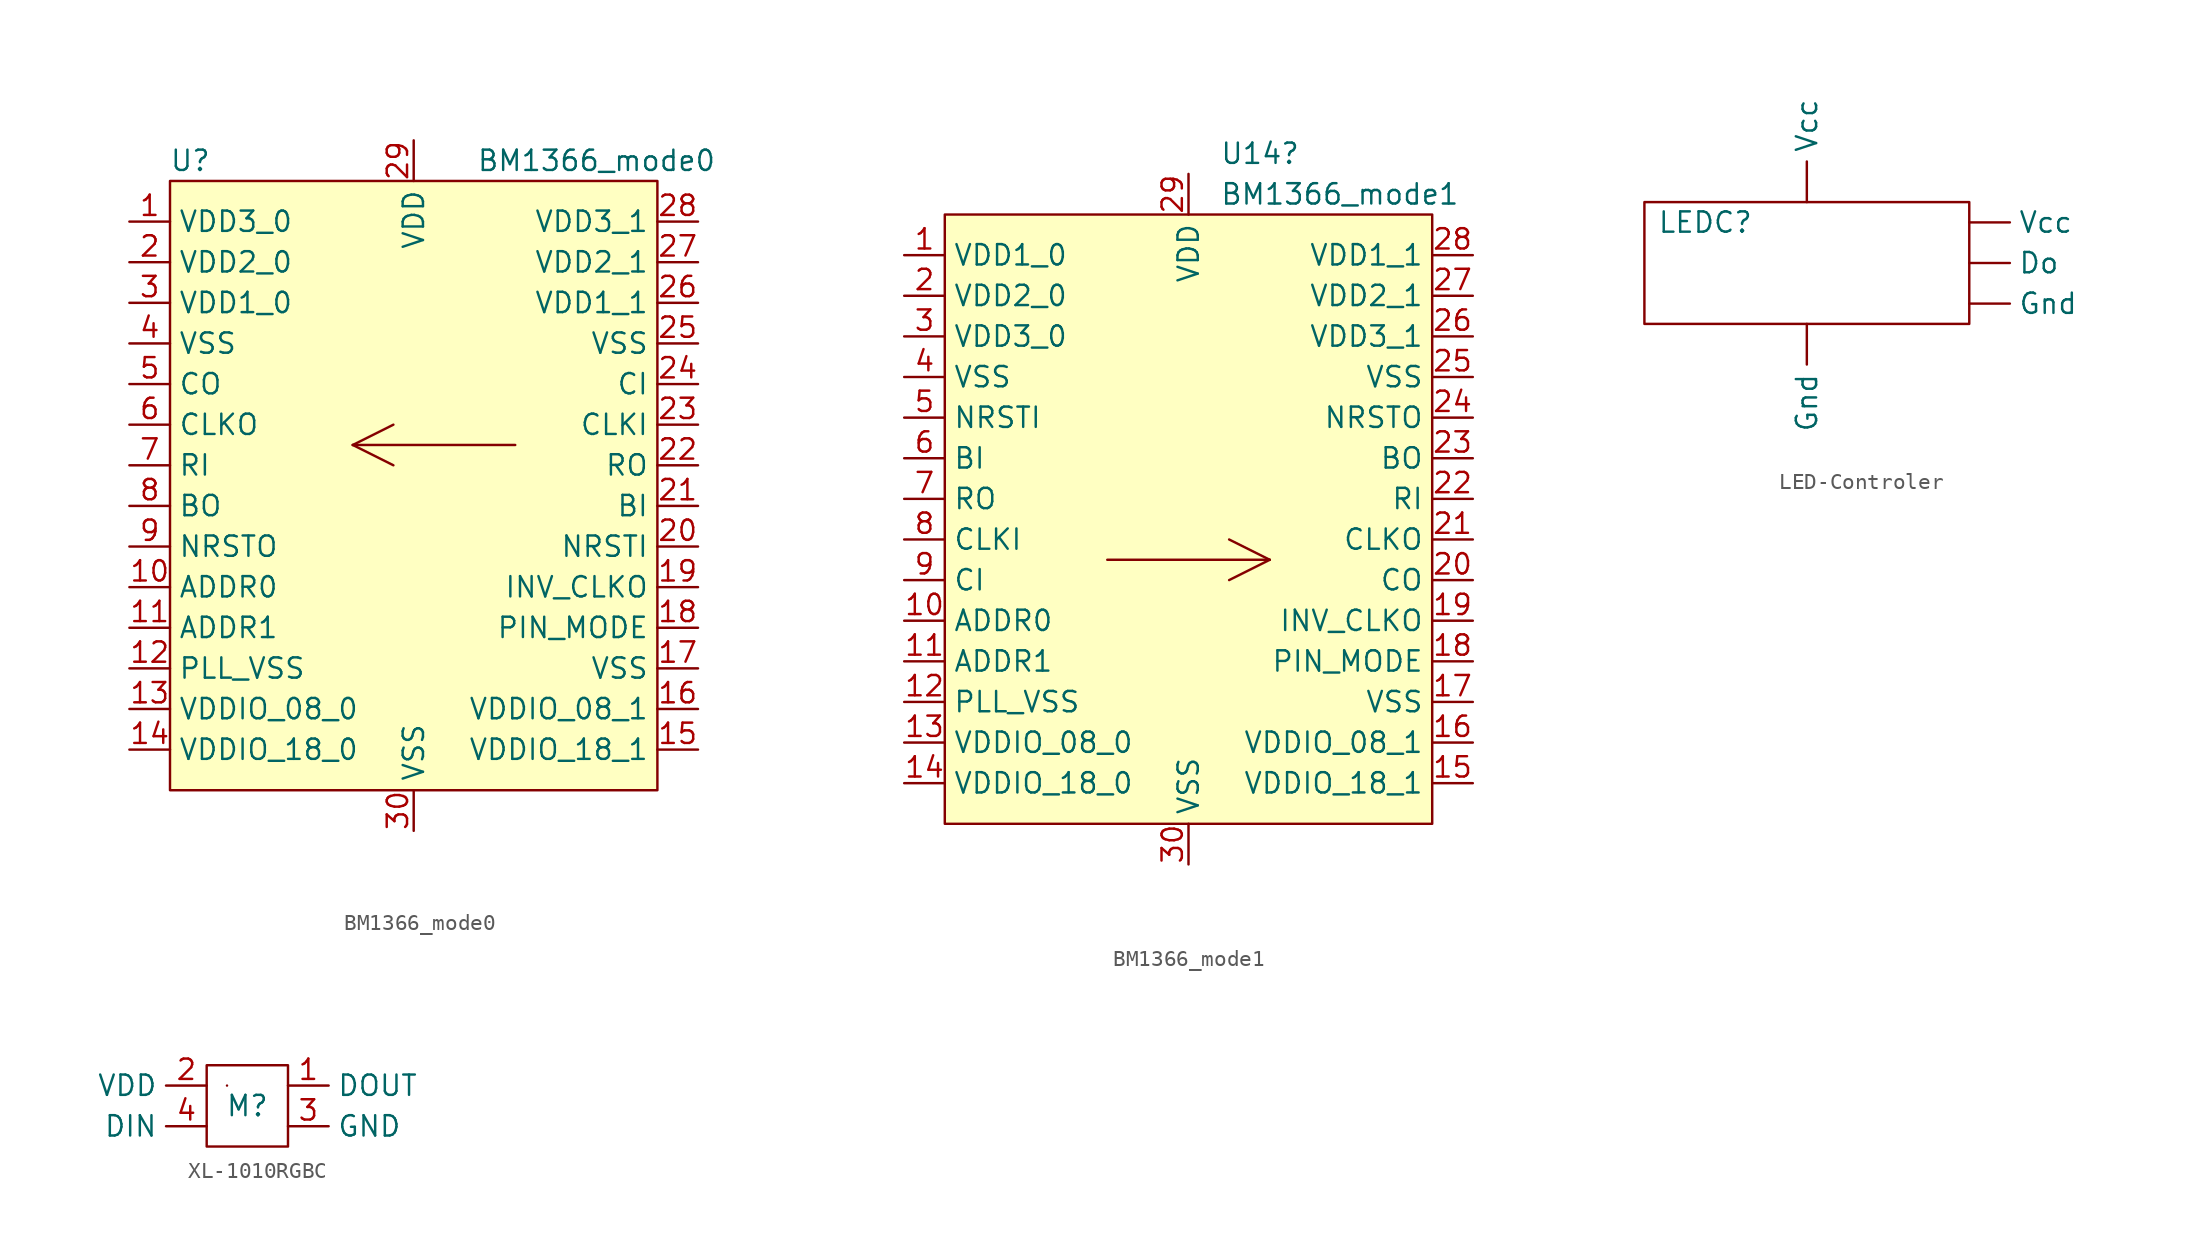
<source format=kicad_sym>
(kicad_symbol_lib
  (version 20220914)
  (generator kicad_symbol_editor)
  (symbol "BM1366_mode0"
    (property "Reference" "U"
      (at -13.97 21.59 0)
      (effects (font (size 1.27 1.27))))
    (property "Value" "BM1366_mode0"
      (at 11.43 21.59 0)
      (effects (font (size 1.27 1.27))))
    (symbol "BM1366_mode0_0_1"
      (rectangle (start -15.24 20.32) (end 15.24 -17.78) (stroke (width 0) (type default)) (fill (type background)))
      (polyline (pts (xy -3.81 3.81) (xy -1.27 2.54)) (stroke (width 0) (type default)) (fill (type none)))
      (polyline (pts (xy -3.81 3.81) (xy -1.27 5.08)) (stroke (width 0) (type default)) (fill (type none)))
      (polyline (pts (xy -3.81 3.81) (xy 6.35 3.81)) (stroke (width 0) (type default)) (fill (type none))))
    (symbol "BM1366_mode0_1_1"
      (pin power_in line (at -17.78 17.78 0) (length 2.54) (name "VDD3_0" (effects (font (size 1.27 1.27)))) (number "1" (effects (font (size 1.27 1.27)))))
      (pin input line (at -17.78 -5.08 0) (length 2.54) (name "ADDR0" (effects (font (size 1.27 1.27)))) (number "10" (effects (font (size 1.27 1.27)))))
      (pin input line (at -17.78 -7.62 0) (length 2.54) (name "ADDR1" (effects (font (size 1.27 1.27)))) (number "11" (effects (font (size 1.27 1.27)))))
      (pin power_in line (at -17.78 -10.16 0) (length 2.54) (name "PLL_VSS" (effects (font (size 1.27 1.27)))) (number "12" (effects (font (size 1.27 1.27)))))
      (pin power_in line (at -17.78 -12.7 0) (length 2.54) (name "VDDIO_08_0" (effects (font (size 1.27 1.27)))) (number "13" (effects (font (size 1.27 1.27)))))
      (pin power_in line (at -17.78 -15.24 0) (length 2.54) (name "VDDIO_18_0" (effects (font (size 1.27 1.27)))) (number "14" (effects (font (size 1.27 1.27)))))
      (pin power_in line (at 17.78 -15.24 180) (length 2.54) (name "VDDIO_18_1" (effects (font (size 1.27 1.27)))) (number "15" (effects (font (size 1.27 1.27)))))
      (pin power_in line (at 17.78 -12.7 180) (length 2.54) (name "VDDIO_08_1" (effects (font (size 1.27 1.27)))) (number "16" (effects (font (size 1.27 1.27)))))
      (pin power_in line (at 17.78 -10.16 180) (length 2.54) (name "VSS" (effects (font (size 1.27 1.27)))) (number "17" (effects (font (size 1.27 1.27)))))
      (pin input line (at 17.78 -7.62 180) (length 2.54) (name "PIN_MODE" (effects (font (size 1.27 1.27)))) (number "18" (effects (font (size 1.27 1.27)))))
      (pin output line (at 17.78 -5.08 180) (length 2.54) (name "INV_CLKO" (effects (font (size 1.27 1.27)))) (number "19" (effects (font (size 1.27 1.27)))))
      (pin power_in line (at -17.78 15.24 0) (length 2.54) (name "VDD2_0" (effects (font (size 1.27 1.27)))) (number "2" (effects (font (size 1.27 1.27)))))
      (pin input line (at 17.78 -2.54 180) (length 2.54) (name "NRSTI" (effects (font (size 1.27 1.27)))) (number "20" (effects (font (size 1.27 1.27)))))
      (pin input line (at 17.78 0 180) (length 2.54) (name "BI" (effects (font (size 1.27 1.27)))) (number "21" (effects (font (size 1.27 1.27)))))
      (pin output line (at 17.78 2.54 180) (length 2.54) (name "RO" (effects (font (size 1.27 1.27)))) (number "22" (effects (font (size 1.27 1.27)))))
      (pin input line (at 17.78 5.08 180) (length 2.54) (name "CLKI" (effects (font (size 1.27 1.27)))) (number "23" (effects (font (size 1.27 1.27)))))
      (pin input line (at 17.78 7.62 180) (length 2.54) (name "CI" (effects (font (size 1.27 1.27)))) (number "24" (effects (font (size 1.27 1.27)))))
      (pin power_in line (at 17.78 10.16 180) (length 2.54) (name "VSS" (effects (font (size 1.27 1.27)))) (number "25" (effects (font (size 1.27 1.27)))))
      (pin power_in line (at 17.78 12.7 180) (length 2.54) (name "VDD1_1" (effects (font (size 1.27 1.27)))) (number "26" (effects (font (size 1.27 1.27)))))
      (pin power_in line (at 17.78 15.24 180) (length 2.54) (name "VDD2_1" (effects (font (size 1.27 1.27)))) (number "27" (effects (font (size 1.27 1.27)))))
      (pin power_in line (at 17.78 17.78 180) (length 2.54) (name "VDD3_1" (effects (font (size 1.27 1.27)))) (number "28" (effects (font (size 1.27 1.27)))))
      (pin power_in line (at 0 22.86 270) (length 2.54) (name "VDD" (effects (font (size 1.27 1.27)))) (number "29" (effects (font (size 1.27 1.27)))))
      (pin power_in line (at -17.78 12.7 0) (length 2.54) (name "VDD1_0" (effects (font (size 1.27 1.27)))) (number "3" (effects (font (size 1.27 1.27)))))
      (pin power_in line (at 0 -20.32 90) (length 2.54) (name "VSS" (effects (font (size 1.27 1.27)))) (number "30" (effects (font (size 1.27 1.27)))))
      (pin power_in line (at -17.78 10.16 0) (length 2.54) (name "VSS" (effects (font (size 1.27 1.27)))) (number "4" (effects (font (size 1.27 1.27)))))
      (pin output line (at -17.78 7.62 0) (length 2.54) (name "CO" (effects (font (size 1.27 1.27)))) (number "5" (effects (font (size 1.27 1.27)))))
      (pin output line (at -17.78 5.08 0) (length 2.54) (name "CLKO" (effects (font (size 1.27 1.27)))) (number "6" (effects (font (size 1.27 1.27)))))
      (pin input line (at -17.78 2.54 0) (length 2.54) (name "RI" (effects (font (size 1.27 1.27)))) (number "7" (effects (font (size 1.27 1.27)))))
      (pin output line (at -17.78 0 0) (length 2.54) (name "BO" (effects (font (size 1.27 1.27)))) (number "8" (effects (font (size 1.27 1.27)))))
      (pin output line (at -17.78 -2.54 0) (length 2.54) (name "NRSTO" (effects (font (size 1.27 1.27)))) (number "9" (effects (font (size 1.27 1.27)))))))
  (symbol "BM1366_mode1"
    (property "Reference" "U14"
      (at 1.956 24.13 0)
      (effects (font (size 1.27 1.27)) (justify left)))
    (property "Value" "BM1366_mode1"
      (at 1.956 21.59 0)
      (effects (font (size 1.27 1.27)) (justify left)))
    (symbol "BM1366_mode1_0_1"
      (rectangle (start -15.24 20.32) (end 15.24 -17.78) (stroke (width 0) (type default)) (fill (type background)))
      (polyline (pts (xy 5.08 -1.27) (xy -5.08 -1.27)) (stroke (width 0) (type default)) (fill (type none)))
      (polyline (pts (xy 5.08 -1.27) (xy 2.54 -2.54)) (stroke (width 0) (type default)) (fill (type none)))
      (polyline (pts (xy 5.08 -1.27) (xy 2.54 0)) (stroke (width 0) (type default)) (fill (type none))))
    (symbol "BM1366_mode1_1_1"
      (pin power_in line (at -17.78 17.78 0) (length 2.54) (name "VDD1_0" (effects (font (size 1.27 1.27)))) (number "1" (effects (font (size 1.27 1.27)))))
      (pin input line (at -17.78 -5.08 0) (length 2.54) (name "ADDR0" (effects (font (size 1.27 1.27)))) (number "10" (effects (font (size 1.27 1.27)))))
      (pin input line (at -17.78 -7.62 0) (length 2.54) (name "ADDR1" (effects (font (size 1.27 1.27)))) (number "11" (effects (font (size 1.27 1.27)))))
      (pin power_in line (at -17.78 -10.16 0) (length 2.54) (name "PLL_VSS" (effects (font (size 1.27 1.27)))) (number "12" (effects (font (size 1.27 1.27)))))
      (pin power_in line (at -17.78 -12.7 0) (length 2.54) (name "VDDIO_08_0" (effects (font (size 1.27 1.27)))) (number "13" (effects (font (size 1.27 1.27)))))
      (pin power_in line (at -17.78 -15.24 0) (length 2.54) (name "VDDIO_18_0" (effects (font (size 1.27 1.27)))) (number "14" (effects (font (size 1.27 1.27)))))
      (pin power_in line (at 17.78 -15.24 180) (length 2.54) (name "VDDIO_18_1" (effects (font (size 1.27 1.27)))) (number "15" (effects (font (size 1.27 1.27)))))
      (pin power_in line (at 17.78 -12.7 180) (length 2.54) (name "VDDIO_08_1" (effects (font (size 1.27 1.27)))) (number "16" (effects (font (size 1.27 1.27)))))
      (pin power_in line (at 17.78 -10.16 180) (length 2.54) (name "VSS" (effects (font (size 1.27 1.27)))) (number "17" (effects (font (size 1.27 1.27)))))
      (pin input line (at 17.78 -7.62 180) (length 2.54) (name "PIN_MODE" (effects (font (size 1.27 1.27)))) (number "18" (effects (font (size 1.27 1.27)))))
      (pin output line (at 17.78 -5.08 180) (length 2.54) (name "INV_CLKO" (effects (font (size 1.27 1.27)))) (number "19" (effects (font (size 1.27 1.27)))))
      (pin power_in line (at -17.78 15.24 0) (length 2.54) (name "VDD2_0" (effects (font (size 1.27 1.27)))) (number "2" (effects (font (size 1.27 1.27)))))
      (pin output line (at 17.78 -2.54 180) (length 2.54) (name "CO" (effects (font (size 1.27 1.27)))) (number "20" (effects (font (size 1.27 1.27)))))
      (pin output line (at 17.78 0 180) (length 2.54) (name "CLKO" (effects (font (size 1.27 1.27)))) (number "21" (effects (font (size 1.27 1.27)))))
      (pin input line (at 17.78 2.54 180) (length 2.54) (name "RI" (effects (font (size 1.27 1.27)))) (number "22" (effects (font (size 1.27 1.27)))))
      (pin output line (at 17.78 5.08 180) (length 2.54) (name "BO" (effects (font (size 1.27 1.27)))) (number "23" (effects (font (size 1.27 1.27)))))
      (pin output line (at 17.78 7.62 180) (length 2.54) (name "NRSTO" (effects (font (size 1.27 1.27)))) (number "24" (effects (font (size 1.27 1.27)))))
      (pin power_in line (at 17.78 10.16 180) (length 2.54) (name "VSS" (effects (font (size 1.27 1.27)))) (number "25" (effects (font (size 1.27 1.27)))))
      (pin power_in line (at 17.78 12.7 180) (length 2.54) (name "VDD3_1" (effects (font (size 1.27 1.27)))) (number "26" (effects (font (size 1.27 1.27)))))
      (pin power_in line (at 17.78 15.24 180) (length 2.54) (name "VDD2_1" (effects (font (size 1.27 1.27)))) (number "27" (effects (font (size 1.27 1.27)))))
      (pin power_in line (at 17.78 17.78 180) (length 2.54) (name "VDD1_1" (effects (font (size 1.27 1.27)))) (number "28" (effects (font (size 1.27 1.27)))))
      (pin power_in line (at 0 22.86 270) (length 2.54) (name "VDD" (effects (font (size 1.27 1.27)))) (number "29" (effects (font (size 1.27 1.27)))))
      (pin power_in line (at -17.78 12.7 0) (length 2.54) (name "VDD3_0" (effects (font (size 1.27 1.27)))) (number "3" (effects (font (size 1.27 1.27)))))
      (pin power_in line (at 0 -20.32 90) (length 2.54) (name "VSS" (effects (font (size 1.27 1.27)))) (number "30" (effects (font (size 1.27 1.27)))))
      (pin power_in line (at -17.78 10.16 0) (length 2.54) (name "VSS" (effects (font (size 1.27 1.27)))) (number "4" (effects (font (size 1.27 1.27)))))
      (pin input line (at -17.78 7.62 0) (length 2.54) (name "NRSTI" (effects (font (size 1.27 1.27)))) (number "5" (effects (font (size 1.27 1.27)))))
      (pin input line (at -17.78 5.08 0) (length 2.54) (name "BI" (effects (font (size 1.27 1.27)))) (number "6" (effects (font (size 1.27 1.27)))))
      (pin output line (at -17.78 2.54 0) (length 2.54) (name "RO" (effects (font (size 1.27 1.27)))) (number "7" (effects (font (size 1.27 1.27)))))
      (pin input line (at -17.78 0 0) (length 2.54) (name "CLKI" (effects (font (size 1.27 1.27)))) (number "8" (effects (font (size 1.27 1.27)))))
      (pin input line (at -17.78 -2.54 0) (length 2.54) (name "CI" (effects (font (size 1.27 1.27)))) (number "9" (effects (font (size 1.27 1.27)))))))
  (symbol "LED-Controler"
    (property "Reference" "LEDC"
      (at -6.35 2.54 0)
      (effects (font (size 1.27 1.27))))
    (property "Value" ""
      (at 0 0 0)
      (effects (font (size 1.27 1.27))))
    (symbol "LED-Controler_0_1"
      (rectangle (start -10.16 3.81) (end 10.16 -3.81) (stroke (width 0) (type default)) (fill (type none))))
    (symbol "LED-Controler_1_1"
      (pin output line (at 10.16 0 0) (length 2.54) (name "Do" (effects (font (size 1.27 1.27)))) (number "" (effects (font (size 1.27 1.27)))))
      (pin input line (at 0 -3.81 270) (length 2.54) (name "Gnd" (effects (font (size 1.27 1.27)))) (number "" (effects (font (size 1.27 1.27)))))
      (pin input line (at 10.16 -2.54 0) (length 2.54) (name "Gnd" (effects (font (size 1.27 1.27)))) (number "" (effects (font (size 1.27 1.27)))))
      (pin input line (at 0 3.81 90) (length 2.54) (name "Vcc" (effects (font (size 1.27 1.27)))) (number "" (effects (font (size 1.27 1.27)))))
      (pin output line (at 10.16 2.54 0) (length 2.54) (name "Vcc" (effects (font (size 1.27 1.27)))) (number "" (effects (font (size 1.27 1.27)))))))
  (symbol "XL-1010RGBC"
    (property "Reference" "M"
      (at 0 0 0)
      (effects (font (size 1.27 1.27))))
    (property "Value" ""
      (at 0 0 0)
      (effects (font (size 1.27 1.27))))
    (symbol "XL-1010RGBC_0_1"
      (rectangle (start -2.54 2.54) (end 2.54 -2.54) (stroke (width 0) (type default)) (fill (type none)))
      (rectangle (start -1.27 1.27) (end -1.27 1.27) (stroke (width 0) (type default)) (fill (type none))))
    (symbol "XL-1010RGBC_1_1"
      (pin output line (at 2.54 1.27 0) (length 2.54) (name "DOUT" (effects (font (size 1.27 1.27)))) (number "1" (effects (font (size 1.27 1.27)))))
      (pin input line (at -2.54 1.27 180) (length 2.54) (name "VDD" (effects (font (size 1.27 1.27)))) (number "2" (effects (font (size 1.27 1.27)))))
      (pin output line (at 2.54 -1.27 0) (length 2.54) (name "GND" (effects (font (size 1.27 1.27)))) (number "3" (effects (font (size 1.27 1.27)))))
      (pin input line (at -2.54 -1.27 180) (length 2.54) (name "DIN" (effects (font (size 1.27 1.27)))) (number "4" (effects (font (size 1.27 1.27))))))))
</source>
